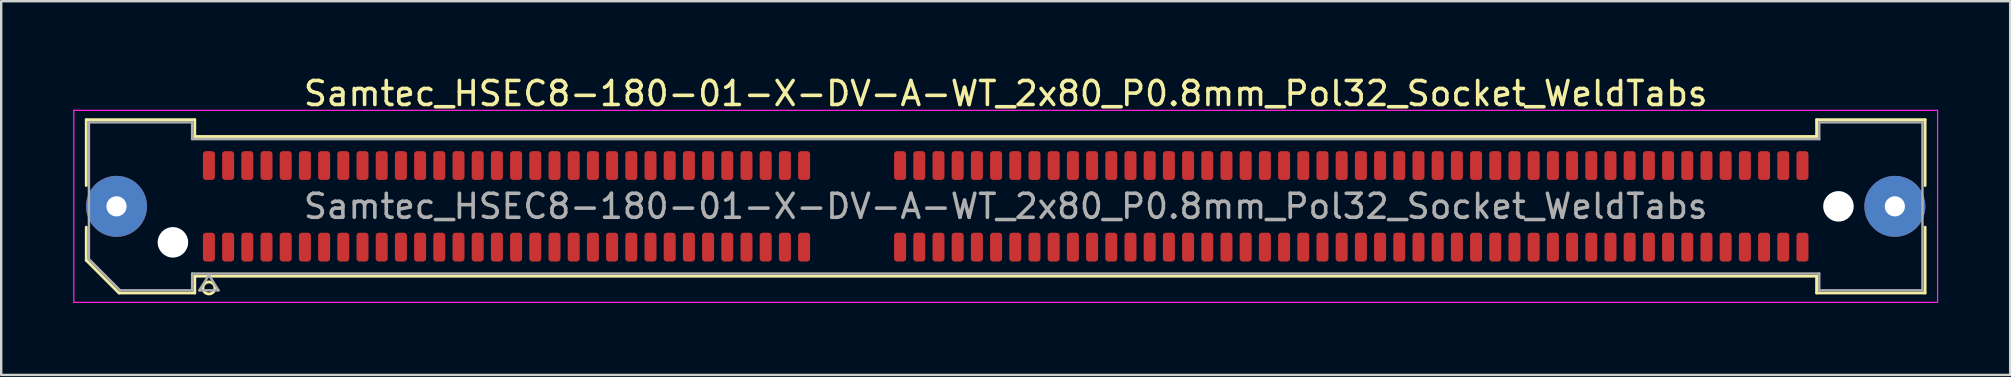
<source format=kicad_pcb>
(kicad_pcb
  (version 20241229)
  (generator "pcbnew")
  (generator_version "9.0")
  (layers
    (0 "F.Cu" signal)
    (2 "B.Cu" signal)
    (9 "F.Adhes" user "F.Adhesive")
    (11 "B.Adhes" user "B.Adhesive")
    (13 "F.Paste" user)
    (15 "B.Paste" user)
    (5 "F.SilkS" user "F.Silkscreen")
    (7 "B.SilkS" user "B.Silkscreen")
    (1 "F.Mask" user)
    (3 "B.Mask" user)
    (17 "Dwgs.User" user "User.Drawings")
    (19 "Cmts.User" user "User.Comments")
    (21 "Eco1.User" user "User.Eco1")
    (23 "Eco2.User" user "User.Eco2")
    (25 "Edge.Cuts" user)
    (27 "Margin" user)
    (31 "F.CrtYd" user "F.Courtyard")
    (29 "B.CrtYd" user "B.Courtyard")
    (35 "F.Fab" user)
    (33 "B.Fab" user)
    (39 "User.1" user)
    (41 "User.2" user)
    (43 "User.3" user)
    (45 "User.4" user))
  (footprint "Samtec_HSEC8-180-01-X-DV-A-WT_2x80_P0.8mm_Pol32_Socket_WeldTabs"
    (layer "F.Cu")
    (at 38.855 5.548)
    (property "Reference" "Samtec_HSEC8-180-01-X-DV-A-WT_2x80_P0.8mm_Pol32_Socket_WeldTabs" (at 0 -4.7 0) (layer "F.SilkS") (effects (font (size 1 1) (thickness 0.15))))
    (attr smd)
    (fp_line (start -38.31 -3.61) (end -33.79 -3.61) (stroke (width 0.12) (type solid)) (layer "F.SilkS"))
    (fp_line (start -38.31 -0.868) (end -38.31 -3.61) (stroke (width 0.12) (type solid)) (layer "F.SilkS"))
    (fp_line (start -38.31 2.246) (end -38.31 0.868) (stroke (width 0.12) (type solid)) (layer "F.SilkS"))
    (fp_line (start -36.946 3.61) (end -38.31 2.246) (stroke (width 0.12) (type solid)) (layer "F.SilkS"))
    (fp_line (start -33.79 -3.61) (end -33.79 -2.91) (stroke (width 0.12) (type solid)) (layer "F.SilkS"))
    (fp_line (start -33.79 -2.91) (end 33.79 -2.91) (stroke (width 0.12) (type solid)) (layer "F.SilkS"))
    (fp_line (start -33.79 2.91) (end -33.79 3.61) (stroke (width 0.12) (type solid)) (layer "F.SilkS"))
    (fp_line (start -33.79 3.61) (end -36.946 3.61) (stroke (width 0.12) (type solid)) (layer "F.SilkS"))
    (fp_line (start 33.79 -3.61) (end 38.31 -3.61) (stroke (width 0.12) (type solid)) (layer "F.SilkS"))
    (fp_line (start 33.79 -2.91) (end 33.79 -3.61) (stroke (width 0.12) (type solid)) (layer "F.SilkS"))
    (fp_line (start 33.79 2.91) (end -33.79 2.91) (stroke (width 0.12) (type solid)) (layer "F.SilkS"))
    (fp_line (start 33.79 3.61) (end 33.79 2.91) (stroke (width 0.12) (type solid)) (layer "F.SilkS"))
    (fp_line (start 38.31 -3.61) (end 38.31 -0.868) (stroke (width 0.12) (type solid)) (layer "F.SilkS"))
    (fp_line (start 38.31 0.868) (end 38.31 3.61) (stroke (width 0.12) (type solid)) (layer "F.SilkS"))
    (fp_line (start 38.31 3.61) (end 33.79 3.61) (stroke (width 0.12) (type solid)) (layer "F.SilkS"))
    (fp_arc (start -32.95 3.4) (mid -33.45 3.4) (end -32.95 3.4) (stroke (width 0.12) (type solid)) (layer "F.SilkS"))
    (fp_line (start -38.83 -4) (end -38.83 4) (stroke (width 0.05) (type solid)) (layer "F.CrtYd"))
    (fp_line (start -38.83 4) (end 38.83 4) (stroke (width 0.05) (type solid)) (layer "F.CrtYd"))
    (fp_line (start 38.83 -4) (end -38.83 -4) (stroke (width 0.05) (type solid)) (layer "F.CrtYd"))
    (fp_line (start 38.83 4) (end 38.83 -4) (stroke (width 0.05) (type solid)) (layer "F.CrtYd"))
    (fp_line (start -38.2 -3.5) (end -33.9 -3.5) (stroke (width 0.1) (type solid)) (layer "F.Fab"))
    (fp_line (start -38.2 2.2) (end -38.2 -3.5) (stroke (width 0.1) (type solid)) (layer "F.Fab"))
    (fp_line (start -36.9 3.5) (end -38.2 2.2) (stroke (width 0.1) (type solid)) (layer "F.Fab"))
    (fp_line (start -33.9 -3.5) (end -33.9 -2.8) (stroke (width 0.1) (type solid)) (layer "F.Fab"))
    (fp_line (start -33.9 -2.8) (end 33.9 -2.8) (stroke (width 0.1) (type solid)) (layer "F.Fab"))
    (fp_line (start -33.9 2.8) (end -33.9 3.5) (stroke (width 0.1) (type solid)) (layer "F.Fab"))
    (fp_line (start -33.9 3.5) (end -36.9 3.5) (stroke (width 0.1) (type solid)) (layer "F.Fab"))
    (fp_line (start -33.6 3.5) (end -33.2 2.86) (stroke (width 0.1) (type solid)) (layer "F.Fab"))
    (fp_line (start -33.2 2.86) (end -32.8 3.5) (stroke (width 0.1) (type solid)) (layer "F.Fab"))
    (fp_line (start -32.8 3.5) (end -33.6 3.5) (stroke (width 0.1) (type solid)) (layer "F.Fab"))
    (fp_line (start 33.9 -3.5) (end 38.2 -3.5) (stroke (width 0.1) (type solid)) (layer "F.Fab"))
    (fp_line (start 33.9 -2.8) (end 33.9 -3.5) (stroke (width 0.1) (type solid)) (layer "F.Fab"))
    (fp_line (start 33.9 2.8) (end -33.9 2.8) (stroke (width 0.1) (type solid)) (layer "F.Fab"))
    (fp_line (start 33.9 3.5) (end 33.9 2.8) (stroke (width 0.1) (type solid)) (layer "F.Fab"))
    (fp_line (start 38.2 -3.5) (end 38.2 3.5) (stroke (width 0.1) (type solid)) (layer "F.Fab"))
    (fp_line (start 38.2 3.5) (end 33.9 3.5) (stroke (width 0.1) (type solid)) (layer "F.Fab"))
    (fp_text user "${REFERENCE}" (at 0 0 0) (layer "F.Fab") (effects (font (size 1 1) (thickness 0.15))))
    (pad "" thru_hole circle (at -37.05 0) (size 2.54 2.54) (drill 0.84) (layers "*.Cu" "*.Mask" "F.Paste"))
    (pad "" np_thru_hole circle (at -34.7 1.5) (size 1.27 1.27) (drill 1.27) (layers "*.Cu" "*.Mask"))
    (pad "" np_thru_hole circle (at 34.7 0) (size 1.27 1.27) (drill 1.27) (layers "*.Cu" "*.Mask"))
    (pad "" thru_hole circle (at 37.05 0) (size 2.54 2.54) (drill 0.84) (layers "*.Cu" "*.Mask" "F.Paste"))
    (pad "1" smd roundrect (at -33.2 1.7) (size 0.5 1.2) (layers "F.Cu" "F.Mask" "F.Paste") (roundrect_rratio 0.25))
    (pad "2" smd roundrect (at -33.2 -1.7) (size 0.5 1.2) (layers "F.Cu" "F.Mask" "F.Paste") (roundrect_rratio 0.25))
    (pad "3" smd roundrect (at -32.4 1.7) (size 0.5 1.2) (layers "F.Cu" "F.Mask" "F.Paste") (roundrect_rratio 0.25))
    (pad "4" smd roundrect (at -32.4 -1.7) (size 0.5 1.2) (layers "F.Cu" "F.Mask" "F.Paste") (roundrect_rratio 0.25))
    (pad "5" smd roundrect (at -31.6 1.7) (size 0.5 1.2) (layers "F.Cu" "F.Mask" "F.Paste") (roundrect_rratio 0.25))
    (pad "6" smd roundrect (at -31.6 -1.7) (size 0.5 1.2) (layers "F.Cu" "F.Mask" "F.Paste") (roundrect_rratio 0.25))
    (pad "7" smd roundrect (at -30.8 1.7) (size 0.5 1.2) (layers "F.Cu" "F.Mask" "F.Paste") (roundrect_rratio 0.25))
    (pad "8" smd roundrect (at -30.8 -1.7) (size 0.5 1.2) (layers "F.Cu" "F.Mask" "F.Paste") (roundrect_rratio 0.25))
    (pad "9" smd roundrect (at -30 1.7) (size 0.5 1.2) (layers "F.Cu" "F.Mask" "F.Paste") (roundrect_rratio 0.25))
    (pad "10" smd roundrect (at -30 -1.7) (size 0.5 1.2) (layers "F.Cu" "F.Mask" "F.Paste") (roundrect_rratio 0.25))
    (pad "11" smd roundrect (at -29.2 1.7) (size 0.5 1.2) (layers "F.Cu" "F.Mask" "F.Paste") (roundrect_rratio 0.25))
    (pad "12" smd roundrect (at -29.2 -1.7) (size 0.5 1.2) (layers "F.Cu" "F.Mask" "F.Paste") (roundrect_rratio 0.25))
    (pad "13" smd roundrect (at -28.4 1.7) (size 0.5 1.2) (layers "F.Cu" "F.Mask" "F.Paste") (roundrect_rratio 0.25))
    (pad "14" smd roundrect (at -28.4 -1.7) (size 0.5 1.2) (layers "F.Cu" "F.Mask" "F.Paste") (roundrect_rratio 0.25))
    (pad "15" smd roundrect (at -27.6 1.7) (size 0.5 1.2) (layers "F.Cu" "F.Mask" "F.Paste") (roundrect_rratio 0.25))
    (pad "16" smd roundrect (at -27.6 -1.7) (size 0.5 1.2) (layers "F.Cu" "F.Mask" "F.Paste") (roundrect_rratio 0.25))
    (pad "17" smd roundrect (at -26.8 1.7) (size 0.5 1.2) (layers "F.Cu" "F.Mask" "F.Paste") (roundrect_rratio 0.25))
    (pad "18" smd roundrect (at -26.8 -1.7) (size 0.5 1.2) (layers "F.Cu" "F.Mask" "F.Paste") (roundrect_rratio 0.25))
    (pad "19" smd roundrect (at -26 1.7) (size 0.5 1.2) (layers "F.Cu" "F.Mask" "F.Paste") (roundrect_rratio 0.25))
    (pad "20" smd roundrect (at -26 -1.7) (size 0.5 1.2) (layers "F.Cu" "F.Mask" "F.Paste") (roundrect_rratio 0.25))
    (pad "21" smd roundrect (at -25.2 1.7) (size 0.5 1.2) (layers "F.Cu" "F.Mask" "F.Paste") (roundrect_rratio 0.25))
    (pad "22" smd roundrect (at -25.2 -1.7) (size 0.5 1.2) (layers "F.Cu" "F.Mask" "F.Paste") (roundrect_rratio 0.25))
    (pad "23" smd roundrect (at -24.4 1.7) (size 0.5 1.2) (layers "F.Cu" "F.Mask" "F.Paste") (roundrect_rratio 0.25))
    (pad "24" smd roundrect (at -24.4 -1.7) (size 0.5 1.2) (layers "F.Cu" "F.Mask" "F.Paste") (roundrect_rratio 0.25))
    (pad "25" smd roundrect (at -23.6 1.7) (size 0.5 1.2) (layers "F.Cu" "F.Mask" "F.Paste") (roundrect_rratio 0.25))
    (pad "26" smd roundrect (at -23.6 -1.7) (size 0.5 1.2) (layers "F.Cu" "F.Mask" "F.Paste") (roundrect_rratio 0.25))
    (pad "27" smd roundrect (at -22.8 1.7) (size 0.5 1.2) (layers "F.Cu" "F.Mask" "F.Paste") (roundrect_rratio 0.25))
    (pad "28" smd roundrect (at -22.8 -1.7) (size 0.5 1.2) (layers "F.Cu" "F.Mask" "F.Paste") (roundrect_rratio 0.25))
    (pad "29" smd roundrect (at -22 1.7) (size 0.5 1.2) (layers "F.Cu" "F.Mask" "F.Paste") (roundrect_rratio 0.25))
    (pad "30" smd roundrect (at -22 -1.7) (size 0.5 1.2) (layers "F.Cu" "F.Mask" "F.Paste") (roundrect_rratio 0.25))
    (pad "31" smd roundrect (at -21.2 1.7) (size 0.5 1.2) (layers "F.Cu" "F.Mask" "F.Paste") (roundrect_rratio 0.25))
    (pad "32" smd roundrect (at -21.2 -1.7) (size 0.5 1.2) (layers "F.Cu" "F.Mask" "F.Paste") (roundrect_rratio 0.25))
    (pad "33" smd roundrect (at -20.4 1.7) (size 0.5 1.2) (layers "F.Cu" "F.Mask" "F.Paste") (roundrect_rratio 0.25))
    (pad "34" smd roundrect (at -20.4 -1.7) (size 0.5 1.2) (layers "F.Cu" "F.Mask" "F.Paste") (roundrect_rratio 0.25))
    (pad "35" smd roundrect (at -19.6 1.7) (size 0.5 1.2) (layers "F.Cu" "F.Mask" "F.Paste") (roundrect_rratio 0.25))
    (pad "36" smd roundrect (at -19.6 -1.7) (size 0.5 1.2) (layers "F.Cu" "F.Mask" "F.Paste") (roundrect_rratio 0.25))
    (pad "37" smd roundrect (at -18.8 1.7) (size 0.5 1.2) (layers "F.Cu" "F.Mask" "F.Paste") (roundrect_rratio 0.25))
    (pad "38" smd roundrect (at -18.8 -1.7) (size 0.5 1.2) (layers "F.Cu" "F.Mask" "F.Paste") (roundrect_rratio 0.25))
    (pad "39" smd roundrect (at -18 1.7) (size 0.5 1.2) (layers "F.Cu" "F.Mask" "F.Paste") (roundrect_rratio 0.25))
    (pad "40" smd roundrect (at -18 -1.7) (size 0.5 1.2) (layers "F.Cu" "F.Mask" "F.Paste") (roundrect_rratio 0.25))
    (pad "41" smd roundrect (at -17.2 1.7) (size 0.5 1.2) (layers "F.Cu" "F.Mask" "F.Paste") (roundrect_rratio 0.25))
    (pad "42" smd roundrect (at -17.2 -1.7) (size 0.5 1.2) (layers "F.Cu" "F.Mask" "F.Paste") (roundrect_rratio 0.25))
    (pad "43" smd roundrect (at -16.4 1.7) (size 0.5 1.2) (layers "F.Cu" "F.Mask" "F.Paste") (roundrect_rratio 0.25))
    (pad "44" smd roundrect (at -16.4 -1.7) (size 0.5 1.2) (layers "F.Cu" "F.Mask" "F.Paste") (roundrect_rratio 0.25))
    (pad "45" smd roundrect (at -15.6 1.7) (size 0.5 1.2) (layers "F.Cu" "F.Mask" "F.Paste") (roundrect_rratio 0.25))
    (pad "46" smd roundrect (at -15.6 -1.7) (size 0.5 1.2) (layers "F.Cu" "F.Mask" "F.Paste") (roundrect_rratio 0.25))
    (pad "47" smd roundrect (at -14.8 1.7) (size 0.5 1.2) (layers "F.Cu" "F.Mask" "F.Paste") (roundrect_rratio 0.25))
    (pad "48" smd roundrect (at -14.8 -1.7) (size 0.5 1.2) (layers "F.Cu" "F.Mask" "F.Paste") (roundrect_rratio 0.25))
    (pad "49" smd roundrect (at -14 1.7) (size 0.5 1.2) (layers "F.Cu" "F.Mask" "F.Paste") (roundrect_rratio 0.25))
    (pad "50" smd roundrect (at -14 -1.7) (size 0.5 1.2) (layers "F.Cu" "F.Mask" "F.Paste") (roundrect_rratio 0.25))
    (pad "51" smd roundrect (at -13.2 1.7) (size 0.5 1.2) (layers "F.Cu" "F.Mask" "F.Paste") (roundrect_rratio 0.25))
    (pad "52" smd roundrect (at -13.2 -1.7) (size 0.5 1.2) (layers "F.Cu" "F.Mask" "F.Paste") (roundrect_rratio 0.25))
    (pad "53" smd roundrect (at -12.4 1.7) (size 0.5 1.2) (layers "F.Cu" "F.Mask" "F.Paste") (roundrect_rratio 0.25))
    (pad "54" smd roundrect (at -12.4 -1.7) (size 0.5 1.2) (layers "F.Cu" "F.Mask" "F.Paste") (roundrect_rratio 0.25))
    (pad "55" smd roundrect (at -11.6 1.7) (size 0.5 1.2) (layers "F.Cu" "F.Mask" "F.Paste") (roundrect_rratio 0.25))
    (pad "56" smd roundrect (at -11.6 -1.7) (size 0.5 1.2) (layers "F.Cu" "F.Mask" "F.Paste") (roundrect_rratio 0.25))
    (pad "57" smd roundrect (at -10.8 1.7) (size 0.5 1.2) (layers "F.Cu" "F.Mask" "F.Paste") (roundrect_rratio 0.25))
    (pad "58" smd roundrect (at -10.8 -1.7) (size 0.5 1.2) (layers "F.Cu" "F.Mask" "F.Paste") (roundrect_rratio 0.25))
    (pad "59" smd roundrect (at -10 1.7) (size 0.5 1.2) (layers "F.Cu" "F.Mask" "F.Paste") (roundrect_rratio 0.25))
    (pad "60" smd roundrect (at -10 -1.7) (size 0.5 1.2) (layers "F.Cu" "F.Mask" "F.Paste") (roundrect_rratio 0.25))
    (pad "61" smd roundrect (at -9.2 1.7) (size 0.5 1.2) (layers "F.Cu" "F.Mask" "F.Paste") (roundrect_rratio 0.25))
    (pad "62" smd roundrect (at -9.2 -1.7) (size 0.5 1.2) (layers "F.Cu" "F.Mask" "F.Paste") (roundrect_rratio 0.25))
    (pad "63" smd roundrect (at -8.4 1.7) (size 0.5 1.2) (layers "F.Cu" "F.Mask" "F.Paste") (roundrect_rratio 0.25))
    (pad "64" smd roundrect (at -8.4 -1.7) (size 0.5 1.2) (layers "F.Cu" "F.Mask" "F.Paste") (roundrect_rratio 0.25))
    (pad "65" smd roundrect (at -4.4 1.7) (size 0.5 1.2) (layers "F.Cu" "F.Mask" "F.Paste") (roundrect_rratio 0.25))
    (pad "66" smd roundrect (at -4.4 -1.7) (size 0.5 1.2) (layers "F.Cu" "F.Mask" "F.Paste") (roundrect_rratio 0.25))
    (pad "67" smd roundrect (at -3.6 1.7) (size 0.5 1.2) (layers "F.Cu" "F.Mask" "F.Paste") (roundrect_rratio 0.25))
    (pad "68" smd roundrect (at -3.6 -1.7) (size 0.5 1.2) (layers "F.Cu" "F.Mask" "F.Paste") (roundrect_rratio 0.25))
    (pad "69" smd roundrect (at -2.8 1.7) (size 0.5 1.2) (layers "F.Cu" "F.Mask" "F.Paste") (roundrect_rratio 0.25))
    (pad "70" smd roundrect (at -2.8 -1.7) (size 0.5 1.2) (layers "F.Cu" "F.Mask" "F.Paste") (roundrect_rratio 0.25))
    (pad "71" smd roundrect (at -2 1.7) (size 0.5 1.2) (layers "F.Cu" "F.Mask" "F.Paste") (roundrect_rratio 0.25))
    (pad "72" smd roundrect (at -2 -1.7) (size 0.5 1.2) (layers "F.Cu" "F.Mask" "F.Paste") (roundrect_rratio 0.25))
    (pad "73" smd roundrect (at -1.2 1.7) (size 0.5 1.2) (layers "F.Cu" "F.Mask" "F.Paste") (roundrect_rratio 0.25))
    (pad "74" smd roundrect (at -1.2 -1.7) (size 0.5 1.2) (layers "F.Cu" "F.Mask" "F.Paste") (roundrect_rratio 0.25))
    (pad "75" smd roundrect (at -0.4 1.7) (size 0.5 1.2) (layers "F.Cu" "F.Mask" "F.Paste") (roundrect_rratio 0.25))
    (pad "76" smd roundrect (at -0.4 -1.7) (size 0.5 1.2) (layers "F.Cu" "F.Mask" "F.Paste") (roundrect_rratio 0.25))
    (pad "77" smd roundrect (at 0.4 1.7) (size 0.5 1.2) (layers "F.Cu" "F.Mask" "F.Paste") (roundrect_rratio 0.25))
    (pad "78" smd roundrect (at 0.4 -1.7) (size 0.5 1.2) (layers "F.Cu" "F.Mask" "F.Paste") (roundrect_rratio 0.25))
    (pad "79" smd roundrect (at 1.2 1.7) (size 0.5 1.2) (layers "F.Cu" "F.Mask" "F.Paste") (roundrect_rratio 0.25))
    (pad "80" smd roundrect (at 1.2 -1.7) (size 0.5 1.2) (layers "F.Cu" "F.Mask" "F.Paste") (roundrect_rratio 0.25))
    (pad "81" smd roundrect (at 2 1.7) (size 0.5 1.2) (layers "F.Cu" "F.Mask" "F.Paste") (roundrect_rratio 0.25))
    (pad "82" smd roundrect (at 2 -1.7) (size 0.5 1.2) (layers "F.Cu" "F.Mask" "F.Paste") (roundrect_rratio 0.25))
    (pad "83" smd roundrect (at 2.8 1.7) (size 0.5 1.2) (layers "F.Cu" "F.Mask" "F.Paste") (roundrect_rratio 0.25))
    (pad "84" smd roundrect (at 2.8 -1.7) (size 0.5 1.2) (layers "F.Cu" "F.Mask" "F.Paste") (roundrect_rratio 0.25))
    (pad "85" smd roundrect (at 3.6 1.7) (size 0.5 1.2) (layers "F.Cu" "F.Mask" "F.Paste") (roundrect_rratio 0.25))
    (pad "86" smd roundrect (at 3.6 -1.7) (size 0.5 1.2) (layers "F.Cu" "F.Mask" "F.Paste") (roundrect_rratio 0.25))
    (pad "87" smd roundrect (at 4.4 1.7) (size 0.5 1.2) (layers "F.Cu" "F.Mask" "F.Paste") (roundrect_rratio 0.25))
    (pad "88" smd roundrect (at 4.4 -1.7) (size 0.5 1.2) (layers "F.Cu" "F.Mask" "F.Paste") (roundrect_rratio 0.25))
    (pad "89" smd roundrect (at 5.2 1.7) (size 0.5 1.2) (layers "F.Cu" "F.Mask" "F.Paste") (roundrect_rratio 0.25))
    (pad "90" smd roundrect (at 5.2 -1.7) (size 0.5 1.2) (layers "F.Cu" "F.Mask" "F.Paste") (roundrect_rratio 0.25))
    (pad "91" smd roundrect (at 6 1.7) (size 0.5 1.2) (layers "F.Cu" "F.Mask" "F.Paste") (roundrect_rratio 0.25))
    (pad "92" smd roundrect (at 6 -1.7) (size 0.5 1.2) (layers "F.Cu" "F.Mask" "F.Paste") (roundrect_rratio 0.25))
    (pad "93" smd roundrect (at 6.8 1.7) (size 0.5 1.2) (layers "F.Cu" "F.Mask" "F.Paste") (roundrect_rratio 0.25))
    (pad "94" smd roundrect (at 6.8 -1.7) (size 0.5 1.2) (layers "F.Cu" "F.Mask" "F.Paste") (roundrect_rratio 0.25))
    (pad "95" smd roundrect (at 7.6 1.7) (size 0.5 1.2) (layers "F.Cu" "F.Mask" "F.Paste") (roundrect_rratio 0.25))
    (pad "96" smd roundrect (at 7.6 -1.7) (size 0.5 1.2) (layers "F.Cu" "F.Mask" "F.Paste") (roundrect_rratio 0.25))
    (pad "97" smd roundrect (at 8.4 1.7) (size 0.5 1.2) (layers "F.Cu" "F.Mask" "F.Paste") (roundrect_rratio 0.25))
    (pad "98" smd roundrect (at 8.4 -1.7) (size 0.5 1.2) (layers "F.Cu" "F.Mask" "F.Paste") (roundrect_rratio 0.25))
    (pad "99" smd roundrect (at 9.2 1.7) (size 0.5 1.2) (layers "F.Cu" "F.Mask" "F.Paste") (roundrect_rratio 0.25))
    (pad "100" smd roundrect (at 9.2 -1.7) (size 0.5 1.2) (layers "F.Cu" "F.Mask" "F.Paste") (roundrect_rratio 0.25))
    (pad "101" smd roundrect (at 10 1.7) (size 0.5 1.2) (layers "F.Cu" "F.Mask" "F.Paste") (roundrect_rratio 0.25))
    (pad "102" smd roundrect (at 10 -1.7) (size 0.5 1.2) (layers "F.Cu" "F.Mask" "F.Paste") (roundrect_rratio 0.25))
    (pad "103" smd roundrect (at 10.8 1.7) (size 0.5 1.2) (layers "F.Cu" "F.Mask" "F.Paste") (roundrect_rratio 0.25))
    (pad "104" smd roundrect (at 10.8 -1.7) (size 0.5 1.2) (layers "F.Cu" "F.Mask" "F.Paste") (roundrect_rratio 0.25))
    (pad "105" smd roundrect (at 11.6 1.7) (size 0.5 1.2) (layers "F.Cu" "F.Mask" "F.Paste") (roundrect_rratio 0.25))
    (pad "106" smd roundrect (at 11.6 -1.7) (size 0.5 1.2) (layers "F.Cu" "F.Mask" "F.Paste") (roundrect_rratio 0.25))
    (pad "107" smd roundrect (at 12.4 1.7) (size 0.5 1.2) (layers "F.Cu" "F.Mask" "F.Paste") (roundrect_rratio 0.25))
    (pad "108" smd roundrect (at 12.4 -1.7) (size 0.5 1.2) (layers "F.Cu" "F.Mask" "F.Paste") (roundrect_rratio 0.25))
    (pad "109" smd roundrect (at 13.2 1.7) (size 0.5 1.2) (layers "F.Cu" "F.Mask" "F.Paste") (roundrect_rratio 0.25))
    (pad "110" smd roundrect (at 13.2 -1.7) (size 0.5 1.2) (layers "F.Cu" "F.Mask" "F.Paste") (roundrect_rratio 0.25))
    (pad "111" smd roundrect (at 14 1.7) (size 0.5 1.2) (layers "F.Cu" "F.Mask" "F.Paste") (roundrect_rratio 0.25))
    (pad "112" smd roundrect (at 14 -1.7) (size 0.5 1.2) (layers "F.Cu" "F.Mask" "F.Paste") (roundrect_rratio 0.25))
    (pad "113" smd roundrect (at 14.8 1.7) (size 0.5 1.2) (layers "F.Cu" "F.Mask" "F.Paste") (roundrect_rratio 0.25))
    (pad "114" smd roundrect (at 14.8 -1.7) (size 0.5 1.2) (layers "F.Cu" "F.Mask" "F.Paste") (roundrect_rratio 0.25))
    (pad "115" smd roundrect (at 15.6 1.7) (size 0.5 1.2) (layers "F.Cu" "F.Mask" "F.Paste") (roundrect_rratio 0.25))
    (pad "116" smd roundrect (at 15.6 -1.7) (size 0.5 1.2) (layers "F.Cu" "F.Mask" "F.Paste") (roundrect_rratio 0.25))
    (pad "117" smd roundrect (at 16.4 1.7) (size 0.5 1.2) (layers "F.Cu" "F.Mask" "F.Paste") (roundrect_rratio 0.25))
    (pad "118" smd roundrect (at 16.4 -1.7) (size 0.5 1.2) (layers "F.Cu" "F.Mask" "F.Paste") (roundrect_rratio 0.25))
    (pad "119" smd roundrect (at 17.2 1.7) (size 0.5 1.2) (layers "F.Cu" "F.Mask" "F.Paste") (roundrect_rratio 0.25))
    (pad "120" smd roundrect (at 17.2 -1.7) (size 0.5 1.2) (layers "F.Cu" "F.Mask" "F.Paste") (roundrect_rratio 0.25))
    (pad "121" smd roundrect (at 18 1.7) (size 0.5 1.2) (layers "F.Cu" "F.Mask" "F.Paste") (roundrect_rratio 0.25))
    (pad "122" smd roundrect (at 18 -1.7) (size 0.5 1.2) (layers "F.Cu" "F.Mask" "F.Paste") (roundrect_rratio 0.25))
    (pad "123" smd roundrect (at 18.8 1.7) (size 0.5 1.2) (layers "F.Cu" "F.Mask" "F.Paste") (roundrect_rratio 0.25))
    (pad "124" smd roundrect (at 18.8 -1.7) (size 0.5 1.2) (layers "F.Cu" "F.Mask" "F.Paste") (roundrect_rratio 0.25))
    (pad "125" smd roundrect (at 19.6 1.7) (size 0.5 1.2) (layers "F.Cu" "F.Mask" "F.Paste") (roundrect_rratio 0.25))
    (pad "126" smd roundrect (at 19.6 -1.7) (size 0.5 1.2) (layers "F.Cu" "F.Mask" "F.Paste") (roundrect_rratio 0.25))
    (pad "127" smd roundrect (at 20.4 1.7) (size 0.5 1.2) (layers "F.Cu" "F.Mask" "F.Paste") (roundrect_rratio 0.25))
    (pad "128" smd roundrect (at 20.4 -1.7) (size 0.5 1.2) (layers "F.Cu" "F.Mask" "F.Paste") (roundrect_rratio 0.25))
    (pad "129" smd roundrect (at 21.2 1.7) (size 0.5 1.2) (layers "F.Cu" "F.Mask" "F.Paste") (roundrect_rratio 0.25))
    (pad "130" smd roundrect (at 21.2 -1.7) (size 0.5 1.2) (layers "F.Cu" "F.Mask" "F.Paste") (roundrect_rratio 0.25))
    (pad "131" smd roundrect (at 22 1.7) (size 0.5 1.2) (layers "F.Cu" "F.Mask" "F.Paste") (roundrect_rratio 0.25))
    (pad "132" smd roundrect (at 22 -1.7) (size 0.5 1.2) (layers "F.Cu" "F.Mask" "F.Paste") (roundrect_rratio 0.25))
    (pad "133" smd roundrect (at 22.8 1.7) (size 0.5 1.2) (layers "F.Cu" "F.Mask" "F.Paste") (roundrect_rratio 0.25))
    (pad "134" smd roundrect (at 22.8 -1.7) (size 0.5 1.2) (layers "F.Cu" "F.Mask" "F.Paste") (roundrect_rratio 0.25))
    (pad "135" smd roundrect (at 23.6 1.7) (size 0.5 1.2) (layers "F.Cu" "F.Mask" "F.Paste") (roundrect_rratio 0.25))
    (pad "136" smd roundrect (at 23.6 -1.7) (size 0.5 1.2) (layers "F.Cu" "F.Mask" "F.Paste") (roundrect_rratio 0.25))
    (pad "137" smd roundrect (at 24.4 1.7) (size 0.5 1.2) (layers "F.Cu" "F.Mask" "F.Paste") (roundrect_rratio 0.25))
    (pad "138" smd roundrect (at 24.4 -1.7) (size 0.5 1.2) (layers "F.Cu" "F.Mask" "F.Paste") (roundrect_rratio 0.25))
    (pad "139" smd roundrect (at 25.2 1.7) (size 0.5 1.2) (layers "F.Cu" "F.Mask" "F.Paste") (roundrect_rratio 0.25))
    (pad "140" smd roundrect (at 25.2 -1.7) (size 0.5 1.2) (layers "F.Cu" "F.Mask" "F.Paste") (roundrect_rratio 0.25))
    (pad "141" smd roundrect (at 26 1.7) (size 0.5 1.2) (layers "F.Cu" "F.Mask" "F.Paste") (roundrect_rratio 0.25))
    (pad "142" smd roundrect (at 26 -1.7) (size 0.5 1.2) (layers "F.Cu" "F.Mask" "F.Paste") (roundrect_rratio 0.25))
    (pad "143" smd roundrect (at 26.8 1.7) (size 0.5 1.2) (layers "F.Cu" "F.Mask" "F.Paste") (roundrect_rratio 0.25))
    (pad "144" smd roundrect (at 26.8 -1.7) (size 0.5 1.2) (layers "F.Cu" "F.Mask" "F.Paste") (roundrect_rratio 0.25))
    (pad "145" smd roundrect (at 27.6 1.7) (size 0.5 1.2) (layers "F.Cu" "F.Mask" "F.Paste") (roundrect_rratio 0.25))
    (pad "146" smd roundrect (at 27.6 -1.7) (size 0.5 1.2) (layers "F.Cu" "F.Mask" "F.Paste") (roundrect_rratio 0.25))
    (pad "147" smd roundrect (at 28.4 1.7) (size 0.5 1.2) (layers "F.Cu" "F.Mask" "F.Paste") (roundrect_rratio 0.25))
    (pad "148" smd roundrect (at 28.4 -1.7) (size 0.5 1.2) (layers "F.Cu" "F.Mask" "F.Paste") (roundrect_rratio 0.25))
    (pad "149" smd roundrect (at 29.2 1.7) (size 0.5 1.2) (layers "F.Cu" "F.Mask" "F.Paste") (roundrect_rratio 0.25))
    (pad "150" smd roundrect (at 29.2 -1.7) (size 0.5 1.2) (layers "F.Cu" "F.Mask" "F.Paste") (roundrect_rratio 0.25))
    (pad "151" smd roundrect (at 30 1.7) (size 0.5 1.2) (layers "F.Cu" "F.Mask" "F.Paste") (roundrect_rratio 0.25))
    (pad "152" smd roundrect (at 30 -1.7) (size 0.5 1.2) (layers "F.Cu" "F.Mask" "F.Paste") (roundrect_rratio 0.25))
    (pad "153" smd roundrect (at 30.8 1.7) (size 0.5 1.2) (layers "F.Cu" "F.Mask" "F.Paste") (roundrect_rratio 0.25))
    (pad "154" smd roundrect (at 30.8 -1.7) (size 0.5 1.2) (layers "F.Cu" "F.Mask" "F.Paste") (roundrect_rratio 0.25))
    (pad "155" smd roundrect (at 31.6 1.7) (size 0.5 1.2) (layers "F.Cu" "F.Mask" "F.Paste") (roundrect_rratio 0.25))
    (pad "156" smd roundrect (at 31.6 -1.7) (size 0.5 1.2) (layers "F.Cu" "F.Mask" "F.Paste") (roundrect_rratio 0.25))
    (pad "157" smd roundrect (at 32.4 1.7) (size 0.5 1.2) (layers "F.Cu" "F.Mask" "F.Paste") (roundrect_rratio 0.25))
    (pad "158" smd roundrect (at 32.4 -1.7) (size 0.5 1.2) (layers "F.Cu" "F.Mask" "F.Paste") (roundrect_rratio 0.25))
    (pad "159" smd roundrect (at 33.2 1.7) (size 0.5 1.2) (layers "F.Cu" "F.Mask" "F.Paste") (roundrect_rratio 0.25))
    (pad "160" smd roundrect (at 33.2 -1.7) (size 0.5 1.2) (layers "F.Cu" "F.Mask" "F.Paste") (roundrect_rratio 0.25)))
  (gr_rect
    (start -3 -3)
    (end 80.71 12.573)
    (stroke (width 0.1) (type default))
    (fill no)
    (layer "Edge.Cuts")))
</source>
